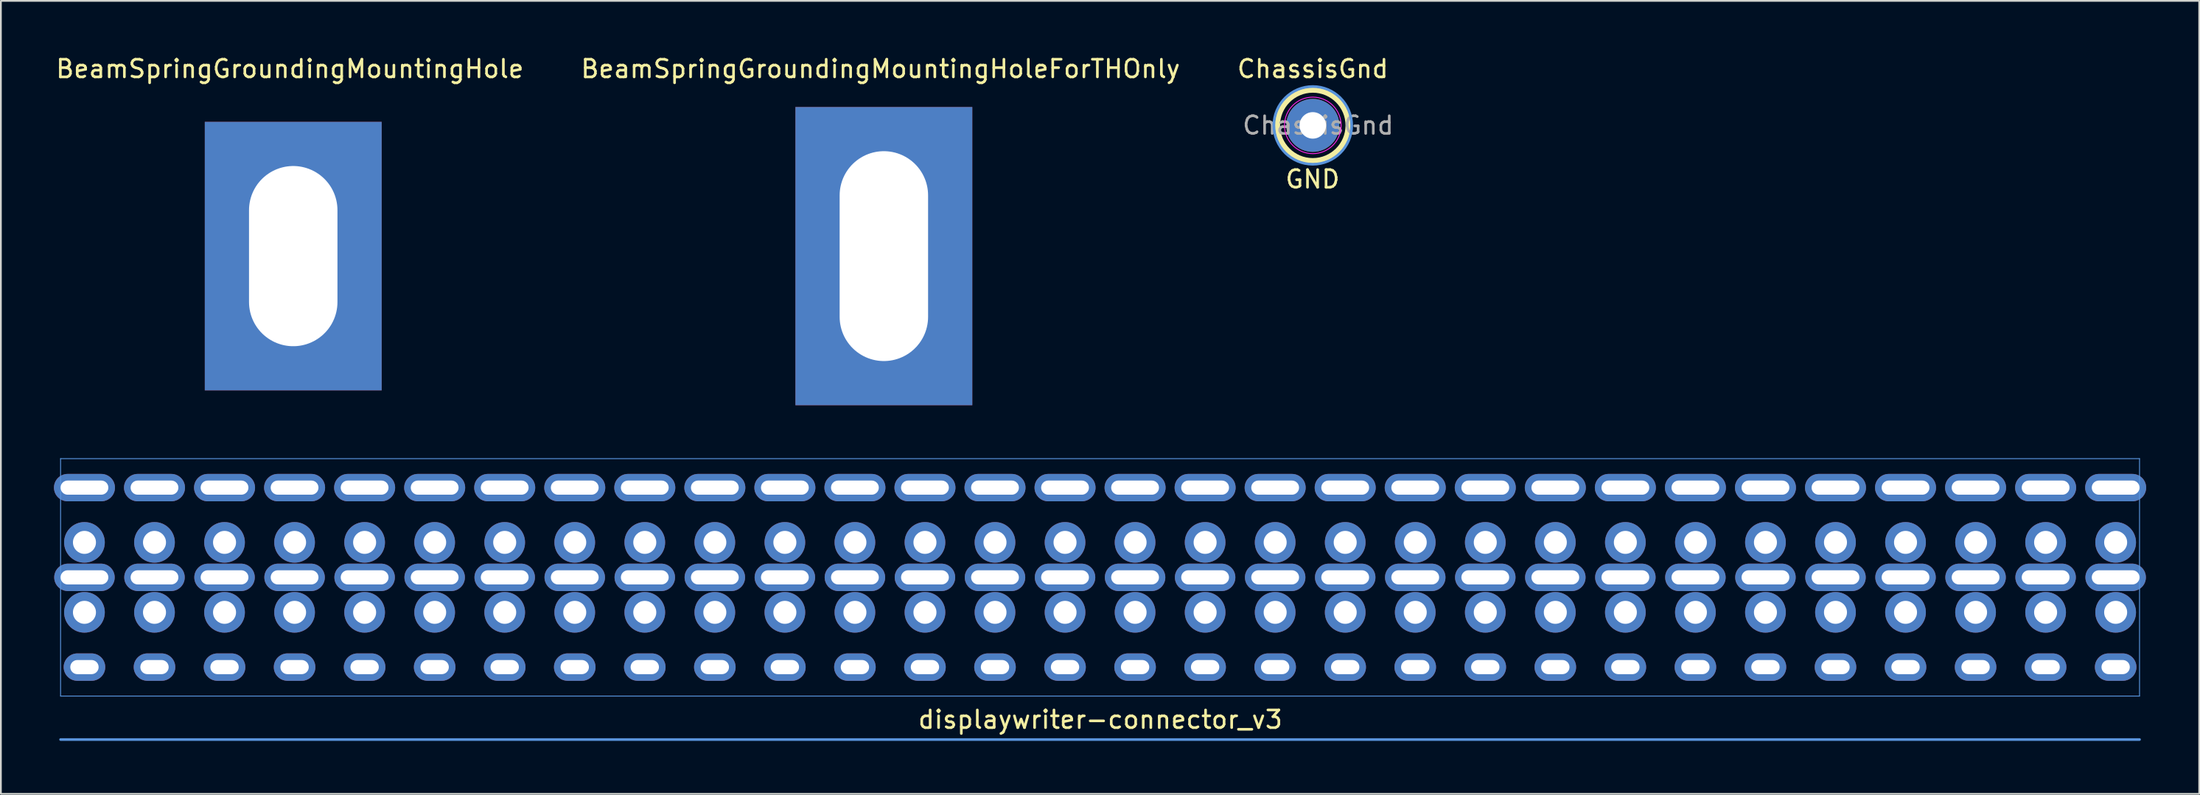
<source format=kicad_pcb>
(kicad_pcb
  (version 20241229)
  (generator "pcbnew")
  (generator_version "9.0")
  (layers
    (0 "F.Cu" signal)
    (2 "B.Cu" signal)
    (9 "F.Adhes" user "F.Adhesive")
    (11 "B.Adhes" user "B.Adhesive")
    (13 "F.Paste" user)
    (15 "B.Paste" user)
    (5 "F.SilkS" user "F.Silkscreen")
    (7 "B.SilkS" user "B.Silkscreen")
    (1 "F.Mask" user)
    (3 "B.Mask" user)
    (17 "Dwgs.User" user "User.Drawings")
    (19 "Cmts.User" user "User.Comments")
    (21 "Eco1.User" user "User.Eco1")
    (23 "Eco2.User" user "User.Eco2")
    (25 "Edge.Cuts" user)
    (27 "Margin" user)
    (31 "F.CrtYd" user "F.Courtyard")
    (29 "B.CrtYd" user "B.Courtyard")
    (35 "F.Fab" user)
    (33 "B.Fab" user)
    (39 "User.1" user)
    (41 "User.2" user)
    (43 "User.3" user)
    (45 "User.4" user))
  (footprint "displaywriter-connector_v3"
    (layer "F.Cu")
    (at 59.145 32.083)
    (property "Reference" "displaywriter-connector_v3" (at 0.013 5.6 180) (layer "F.SilkS") (effects (font (size 1 1) (thickness 0.15))))
    (attr through_hole)
    (fp_line (start -58.77 -9.17) (end -58.77 4.27) (stroke (width 0.05) (type solid)) (layer "Cmts.User"))
    (fp_line (start -58.77 4.27) (end 58.77 4.27) (stroke (width 0.05) (type solid)) (layer "Cmts.User"))
    (fp_line (start -58.77 6.73) (end 58.77 6.73) (stroke (width 0.15) (type solid)) (layer "Cmts.User"))
    (fp_line (start 58.77 -9.17) (end -58.77 -9.17) (stroke (width 0.05) (type solid)) (layer "Cmts.User"))
    (fp_line (start 58.77 4.27) (end 58.77 -9.17) (stroke (width 0.05) (type solid)) (layer "Cmts.User"))
    (pad "1" thru_hole oval (at -57.42 -7.53) (size 3.45 1.55) (drill oval 2.7 0.8) (layers "*.Cu" "*.Mask"))
    (pad "1" thru_hole circle (at -57.42 -4.43) (size 2.3 2.3) (drill 1.3) (layers "*.Cu" "*.Mask"))
    (pad "1" thru_hole oval (at -57.42 -2.45) (size 3.42 1.55) (drill oval 2.7 0.8) (layers "*.Cu" "*.Mask"))
    (pad "1" thru_hole circle (at -57.42 -0.47) (size 2.3 2.3) (drill 1.3) (layers "*.Cu" "*.Mask"))
    (pad "1" thru_hole oval (at -57.42 2.63) (size 2.35 1.55) (drill oval 1.6 0.8) (layers "*.Cu" "*.Mask"))
    (pad "2" thru_hole oval (at -53.46 -7.53) (size 3.45 1.55) (drill oval 2.7 0.8) (layers "*.Cu" "*.Mask"))
    (pad "2" thru_hole circle (at -53.46 -4.43) (size 2.3 2.3) (drill 1.3) (layers "*.Cu" "*.Mask"))
    (pad "2" thru_hole oval (at -53.46 -2.45) (size 3.42 1.55) (drill oval 2.7 0.8) (layers "*.Cu" "*.Mask"))
    (pad "2" thru_hole circle (at -53.46 -0.47) (size 2.3 2.3) (drill 1.3) (layers "*.Cu" "*.Mask"))
    (pad "2" thru_hole oval (at -53.46 2.63) (size 2.35 1.55) (drill oval 1.6 0.8) (layers "*.Cu" "*.Mask"))
    (pad "3" thru_hole oval (at -49.5 -7.53) (size 3.45 1.55) (drill oval 2.7 0.8) (layers "*.Cu" "*.Mask"))
    (pad "3" thru_hole circle (at -49.5 -4.43) (size 2.3 2.3) (drill 1.3) (layers "*.Cu" "*.Mask"))
    (pad "3" thru_hole oval (at -49.5 -2.45) (size 3.42 1.55) (drill oval 2.7 0.8) (layers "*.Cu" "*.Mask"))
    (pad "3" thru_hole circle (at -49.5 -0.47) (size 2.3 2.3) (drill 1.3) (layers "*.Cu" "*.Mask"))
    (pad "3" thru_hole oval (at -49.5 2.63) (size 2.35 1.55) (drill oval 1.6 0.8) (layers "*.Cu" "*.Mask"))
    (pad "4" thru_hole oval (at -45.54 -7.53) (size 3.45 1.55) (drill oval 2.7 0.8) (layers "*.Cu" "*.Mask"))
    (pad "4" thru_hole circle (at -45.54 -4.43) (size 2.3 2.3) (drill 1.3) (layers "*.Cu" "*.Mask"))
    (pad "4" thru_hole oval (at -45.54 -2.45) (size 3.42 1.55) (drill oval 2.7 0.8) (layers "*.Cu" "*.Mask"))
    (pad "4" thru_hole circle (at -45.54 -0.47) (size 2.3 2.3) (drill 1.3) (layers "*.Cu" "*.Mask"))
    (pad "4" thru_hole oval (at -45.54 2.63) (size 2.35 1.55) (drill oval 1.6 0.8) (layers "*.Cu" "*.Mask"))
    (pad "5" thru_hole oval (at -41.58 -7.53) (size 3.45 1.55) (drill oval 2.7 0.8) (layers "*.Cu" "*.Mask"))
    (pad "5" thru_hole circle (at -41.58 -4.43) (size 2.3 2.3) (drill 1.3) (layers "*.Cu" "*.Mask"))
    (pad "5" thru_hole oval (at -41.58 -2.45) (size 3.42 1.55) (drill oval 2.7 0.8) (layers "*.Cu" "*.Mask"))
    (pad "5" thru_hole circle (at -41.58 -0.47) (size 2.3 2.3) (drill 1.3) (layers "*.Cu" "*.Mask"))
    (pad "5" thru_hole oval (at -41.58 2.63) (size 2.35 1.55) (drill oval 1.6 0.8) (layers "*.Cu" "*.Mask"))
    (pad "6" thru_hole oval (at -37.62 -7.53) (size 3.45 1.55) (drill oval 2.7 0.8) (layers "*.Cu" "*.Mask"))
    (pad "6" thru_hole circle (at -37.62 -4.43) (size 2.3 2.3) (drill 1.3) (layers "*.Cu" "*.Mask"))
    (pad "6" thru_hole oval (at -37.62 -2.45) (size 3.42 1.55) (drill oval 2.7 0.8) (layers "*.Cu" "*.Mask"))
    (pad "6" thru_hole circle (at -37.62 -0.47) (size 2.3 2.3) (drill 1.3) (layers "*.Cu" "*.Mask"))
    (pad "6" thru_hole oval (at -37.62 2.63) (size 2.35 1.55) (drill oval 1.6 0.8) (layers "*.Cu" "*.Mask"))
    (pad "7" thru_hole oval (at -33.66 -7.53) (size 3.45 1.55) (drill oval 2.7 0.8) (layers "*.Cu" "*.Mask"))
    (pad "7" thru_hole circle (at -33.66 -4.43) (size 2.3 2.3) (drill 1.3) (layers "*.Cu" "*.Mask"))
    (pad "7" thru_hole oval (at -33.66 -2.45) (size 3.42 1.55) (drill oval 2.7 0.8) (layers "*.Cu" "*.Mask"))
    (pad "7" thru_hole circle (at -33.66 -0.47) (size 2.3 2.3) (drill 1.3) (layers "*.Cu" "*.Mask"))
    (pad "7" thru_hole oval (at -33.66 2.63) (size 2.35 1.55) (drill oval 1.6 0.8) (layers "*.Cu" "*.Mask"))
    (pad "8" thru_hole oval (at -29.7 -7.53) (size 3.45 1.55) (drill oval 2.7 0.8) (layers "*.Cu" "*.Mask"))
    (pad "8" thru_hole circle (at -29.7 -4.43) (size 2.3 2.3) (drill 1.3) (layers "*.Cu" "*.Mask"))
    (pad "8" thru_hole oval (at -29.7 -2.45) (size 3.42 1.55) (drill oval 2.7 0.8) (layers "*.Cu" "*.Mask"))
    (pad "8" thru_hole circle (at -29.7 -0.47) (size 2.3 2.3) (drill 1.3) (layers "*.Cu" "*.Mask"))
    (pad "8" thru_hole oval (at -29.7 2.63) (size 2.35 1.55) (drill oval 1.6 0.8) (layers "*.Cu" "*.Mask"))
    (pad "9" thru_hole oval (at -25.74 -7.53) (size 3.45 1.55) (drill oval 2.7 0.8) (layers "*.Cu" "*.Mask"))
    (pad "9" thru_hole circle (at -25.74 -4.43) (size 2.3 2.3) (drill 1.3) (layers "*.Cu" "*.Mask"))
    (pad "9" thru_hole oval (at -25.74 -2.45) (size 3.42 1.55) (drill oval 2.7 0.8) (layers "*.Cu" "*.Mask"))
    (pad "9" thru_hole circle (at -25.74 -0.47) (size 2.3 2.3) (drill 1.3) (layers "*.Cu" "*.Mask"))
    (pad "9" thru_hole oval (at -25.74 2.63) (size 2.35 1.55) (drill oval 1.6 0.8) (layers "*.Cu" "*.Mask"))
    (pad "10" thru_hole oval (at -21.78 -7.53) (size 3.45 1.55) (drill oval 2.7 0.8) (layers "*.Cu" "*.Mask"))
    (pad "10" thru_hole circle (at -21.78 -4.43) (size 2.3 2.3) (drill 1.3) (layers "*.Cu" "*.Mask"))
    (pad "10" thru_hole oval (at -21.78 -2.45) (size 3.42 1.55) (drill oval 2.7 0.8) (layers "*.Cu" "*.Mask"))
    (pad "10" thru_hole circle (at -21.78 -0.47) (size 2.3 2.3) (drill 1.3) (layers "*.Cu" "*.Mask"))
    (pad "10" thru_hole oval (at -21.78 2.63) (size 2.35 1.55) (drill oval 1.6 0.8) (layers "*.Cu" "*.Mask"))
    (pad "11" thru_hole oval (at -17.82 -7.53) (size 3.45 1.55) (drill oval 2.7 0.8) (layers "*.Cu" "*.Mask"))
    (pad "11" thru_hole circle (at -17.82 -4.43) (size 2.3 2.3) (drill 1.3) (layers "*.Cu" "*.Mask"))
    (pad "11" thru_hole oval (at -17.82 -2.45) (size 3.42 1.55) (drill oval 2.7 0.8) (layers "*.Cu" "*.Mask"))
    (pad "11" thru_hole circle (at -17.82 -0.47) (size 2.3 2.3) (drill 1.3) (layers "*.Cu" "*.Mask"))
    (pad "11" thru_hole oval (at -17.82 2.63) (size 2.35 1.55) (drill oval 1.6 0.8) (layers "*.Cu" "*.Mask"))
    (pad "12" thru_hole oval (at -13.86 -7.53) (size 3.45 1.55) (drill oval 2.7 0.8) (layers "*.Cu" "*.Mask"))
    (pad "12" thru_hole circle (at -13.86 -4.43) (size 2.3 2.3) (drill 1.3) (layers "*.Cu" "*.Mask"))
    (pad "12" thru_hole oval (at -13.86 -2.45) (size 3.42 1.55) (drill oval 2.7 0.8) (layers "*.Cu" "*.Mask"))
    (pad "12" thru_hole circle (at -13.86 -0.47) (size 2.3 2.3) (drill 1.3) (layers "*.Cu" "*.Mask"))
    (pad "12" thru_hole oval (at -13.86 2.63) (size 2.35 1.55) (drill oval 1.6 0.8) (layers "*.Cu" "*.Mask"))
    (pad "13" thru_hole oval (at -9.9 -7.53) (size 3.45 1.55) (drill oval 2.7 0.8) (layers "*.Cu" "*.Mask"))
    (pad "13" thru_hole circle (at -9.9 -4.43) (size 2.3 2.3) (drill 1.3) (layers "*.Cu" "*.Mask"))
    (pad "13" thru_hole oval (at -9.9 -2.45) (size 3.42 1.55) (drill oval 2.7 0.8) (layers "*.Cu" "*.Mask"))
    (pad "13" thru_hole circle (at -9.9 -0.47) (size 2.3 2.3) (drill 1.3) (layers "*.Cu" "*.Mask"))
    (pad "13" thru_hole oval (at -9.9 2.63) (size 2.35 1.55) (drill oval 1.6 0.8) (layers "*.Cu" "*.Mask"))
    (pad "14" thru_hole oval (at -5.94 -7.53) (size 3.45 1.55) (drill oval 2.7 0.8) (layers "*.Cu" "*.Mask"))
    (pad "14" thru_hole circle (at -5.94 -4.43) (size 2.3 2.3) (drill 1.3) (layers "*.Cu" "*.Mask"))
    (pad "14" thru_hole oval (at -5.94 -2.45) (size 3.42 1.55) (drill oval 2.7 0.8) (layers "*.Cu" "*.Mask"))
    (pad "14" thru_hole circle (at -5.94 -0.47) (size 2.3 2.3) (drill 1.3) (layers "*.Cu" "*.Mask"))
    (pad "14" thru_hole oval (at -5.94 2.63) (size 2.35 1.55) (drill oval 1.6 0.8) (layers "*.Cu" "*.Mask"))
    (pad "15" thru_hole oval (at -1.98 -7.53) (size 3.45 1.55) (drill oval 2.7 0.8) (layers "*.Cu" "*.Mask"))
    (pad "15" thru_hole circle (at -1.98 -4.43) (size 2.3 2.3) (drill 1.3) (layers "*.Cu" "*.Mask"))
    (pad "15" thru_hole oval (at -1.98 -2.45) (size 3.42 1.55) (drill oval 2.7 0.8) (layers "*.Cu" "*.Mask"))
    (pad "15" thru_hole circle (at -1.98 -0.47) (size 2.3 2.3) (drill 1.3) (layers "*.Cu" "*.Mask"))
    (pad "15" thru_hole oval (at -1.98 2.63) (size 2.35 1.55) (drill oval 1.6 0.8) (layers "*.Cu" "*.Mask"))
    (pad "16" thru_hole oval (at 1.98 -7.53) (size 3.45 1.55) (drill oval 2.7 0.8) (layers "*.Cu" "*.Mask"))
    (pad "16" thru_hole circle (at 1.98 -4.43) (size 2.3 2.3) (drill 1.3) (layers "*.Cu" "*.Mask"))
    (pad "16" thru_hole oval (at 1.98 -2.45) (size 3.42 1.55) (drill oval 2.7 0.8) (layers "*.Cu" "*.Mask"))
    (pad "16" thru_hole circle (at 1.98 -0.47) (size 2.3 2.3) (drill 1.3) (layers "*.Cu" "*.Mask"))
    (pad "16" thru_hole oval (at 1.98 2.63) (size 2.35 1.55) (drill oval 1.6 0.8) (layers "*.Cu" "*.Mask"))
    (pad "17" thru_hole oval (at 5.94 -7.53) (size 3.45 1.55) (drill oval 2.7 0.8) (layers "*.Cu" "*.Mask"))
    (pad "17" thru_hole circle (at 5.94 -4.43) (size 2.3 2.3) (drill 1.3) (layers "*.Cu" "*.Mask"))
    (pad "17" thru_hole oval (at 5.94 -2.45) (size 3.42 1.55) (drill oval 2.7 0.8) (layers "*.Cu" "*.Mask"))
    (pad "17" thru_hole circle (at 5.94 -0.47) (size 2.3 2.3) (drill 1.3) (layers "*.Cu" "*.Mask"))
    (pad "17" thru_hole oval (at 5.94 2.63) (size 2.35 1.55) (drill oval 1.6 0.8) (layers "*.Cu" "*.Mask"))
    (pad "18" thru_hole oval (at 9.9 -7.53) (size 3.45 1.55) (drill oval 2.7 0.8) (layers "*.Cu" "*.Mask"))
    (pad "18" thru_hole circle (at 9.9 -4.43) (size 2.3 2.3) (drill 1.3) (layers "*.Cu" "*.Mask"))
    (pad "18" thru_hole oval (at 9.9 -2.45) (size 3.42 1.55) (drill oval 2.7 0.8) (layers "*.Cu" "*.Mask"))
    (pad "18" thru_hole circle (at 9.9 -0.47) (size 2.3 2.3) (drill 1.3) (layers "*.Cu" "*.Mask"))
    (pad "18" thru_hole oval (at 9.9 2.63) (size 2.35 1.55) (drill oval 1.6 0.8) (layers "*.Cu" "*.Mask"))
    (pad "19" thru_hole oval (at 13.86 -7.53) (size 3.45 1.55) (drill oval 2.7 0.8) (layers "*.Cu" "*.Mask"))
    (pad "19" thru_hole circle (at 13.86 -4.43) (size 2.3 2.3) (drill 1.3) (layers "*.Cu" "*.Mask"))
    (pad "19" thru_hole oval (at 13.86 -2.45) (size 3.42 1.55) (drill oval 2.7 0.8) (layers "*.Cu" "*.Mask"))
    (pad "19" thru_hole circle (at 13.86 -0.47) (size 2.3 2.3) (drill 1.3) (layers "*.Cu" "*.Mask"))
    (pad "19" thru_hole oval (at 13.86 2.63) (size 2.35 1.55) (drill oval 1.6 0.8) (layers "*.Cu" "*.Mask"))
    (pad "20" thru_hole oval (at 17.82 -7.53) (size 3.45 1.55) (drill oval 2.7 0.8) (layers "*.Cu" "*.Mask"))
    (pad "20" thru_hole circle (at 17.82 -4.43) (size 2.3 2.3) (drill 1.3) (layers "*.Cu" "*.Mask"))
    (pad "20" thru_hole oval (at 17.82 -2.45) (size 3.42 1.55) (drill oval 2.7 0.8) (layers "*.Cu" "*.Mask"))
    (pad "20" thru_hole circle (at 17.82 -0.47) (size 2.3 2.3) (drill 1.3) (layers "*.Cu" "*.Mask"))
    (pad "20" thru_hole oval (at 17.82 2.63) (size 2.35 1.55) (drill oval 1.6 0.8) (layers "*.Cu" "*.Mask"))
    (pad "21" thru_hole oval (at 21.78 -7.53) (size 3.45 1.55) (drill oval 2.7 0.8) (layers "*.Cu" "*.Mask"))
    (pad "21" thru_hole circle (at 21.78 -4.43) (size 2.3 2.3) (drill 1.3) (layers "*.Cu" "*.Mask"))
    (pad "21" thru_hole oval (at 21.78 -2.45) (size 3.42 1.55) (drill oval 2.7 0.8) (layers "*.Cu" "*.Mask"))
    (pad "21" thru_hole circle (at 21.78 -0.47) (size 2.3 2.3) (drill 1.3) (layers "*.Cu" "*.Mask"))
    (pad "21" thru_hole oval (at 21.78 2.63) (size 2.35 1.55) (drill oval 1.6 0.8) (layers "*.Cu" "*.Mask"))
    (pad "22" thru_hole oval (at 25.74 -7.53) (size 3.45 1.55) (drill oval 2.7 0.8) (layers "*.Cu" "*.Mask"))
    (pad "22" thru_hole circle (at 25.74 -4.43) (size 2.3 2.3) (drill 1.3) (layers "*.Cu" "*.Mask"))
    (pad "22" thru_hole oval (at 25.74 -2.45) (size 3.42 1.55) (drill oval 2.7 0.8) (layers "*.Cu" "*.Mask"))
    (pad "22" thru_hole circle (at 25.74 -0.47) (size 2.3 2.3) (drill 1.3) (layers "*.Cu" "*.Mask"))
    (pad "22" thru_hole oval (at 25.74 2.63) (size 2.35 1.55) (drill oval 1.6 0.8) (layers "*.Cu" "*.Mask"))
    (pad "23" thru_hole oval (at 29.7 -7.53) (size 3.45 1.55) (drill oval 2.7 0.8) (layers "*.Cu" "*.Mask"))
    (pad "23" thru_hole circle (at 29.7 -4.43) (size 2.3 2.3) (drill 1.3) (layers "*.Cu" "*.Mask"))
    (pad "23" thru_hole oval (at 29.7 -2.45) (size 3.42 1.55) (drill oval 2.7 0.8) (layers "*.Cu" "*.Mask"))
    (pad "23" thru_hole circle (at 29.7 -0.47) (size 2.3 2.3) (drill 1.3) (layers "*.Cu" "*.Mask"))
    (pad "23" thru_hole oval (at 29.7 2.63) (size 2.35 1.55) (drill oval 1.6 0.8) (layers "*.Cu" "*.Mask"))
    (pad "24" thru_hole oval (at 33.66 -7.53) (size 3.45 1.55) (drill oval 2.7 0.8) (layers "*.Cu" "*.Mask"))
    (pad "24" thru_hole circle (at 33.66 -4.43) (size 2.3 2.3) (drill 1.3) (layers "*.Cu" "*.Mask"))
    (pad "24" thru_hole oval (at 33.66 -2.45) (size 3.42 1.55) (drill oval 2.7 0.8) (layers "*.Cu" "*.Mask"))
    (pad "24" thru_hole circle (at 33.66 -0.47) (size 2.3 2.3) (drill 1.3) (layers "*.Cu" "*.Mask"))
    (pad "24" thru_hole oval (at 33.66 2.63) (size 2.35 1.55) (drill oval 1.6 0.8) (layers "*.Cu" "*.Mask"))
    (pad "25" thru_hole oval (at 37.62 -7.53) (size 3.45 1.55) (drill oval 2.7 0.8) (layers "*.Cu" "*.Mask"))
    (pad "25" thru_hole circle (at 37.62 -4.43) (size 2.3 2.3) (drill 1.3) (layers "*.Cu" "*.Mask"))
    (pad "25" thru_hole oval (at 37.62 -2.45) (size 3.42 1.55) (drill oval 2.7 0.8) (layers "*.Cu" "*.Mask"))
    (pad "25" thru_hole circle (at 37.62 -0.47) (size 2.3 2.3) (drill 1.3) (layers "*.Cu" "*.Mask"))
    (pad "25" thru_hole oval (at 37.62 2.63) (size 2.35 1.55) (drill oval 1.6 0.8) (layers "*.Cu" "*.Mask"))
    (pad "26" thru_hole oval (at 41.58 -7.53) (size 3.45 1.55) (drill oval 2.7 0.8) (layers "*.Cu" "*.Mask"))
    (pad "26" thru_hole circle (at 41.58 -4.43) (size 2.3 2.3) (drill 1.3) (layers "*.Cu" "*.Mask"))
    (pad "26" thru_hole oval (at 41.58 -2.45) (size 3.42 1.55) (drill oval 2.7 0.8) (layers "*.Cu" "*.Mask"))
    (pad "26" thru_hole circle (at 41.58 -0.47) (size 2.3 2.3) (drill 1.3) (layers "*.Cu" "*.Mask"))
    (pad "26" thru_hole oval (at 41.58 2.63) (size 2.35 1.55) (drill oval 1.6 0.8) (layers "*.Cu" "*.Mask"))
    (pad "27" thru_hole oval (at 45.54 -7.53) (size 3.45 1.55) (drill oval 2.7 0.8) (layers "*.Cu" "*.Mask"))
    (pad "27" thru_hole circle (at 45.54 -4.43) (size 2.3 2.3) (drill 1.3) (layers "*.Cu" "*.Mask"))
    (pad "27" thru_hole oval (at 45.54 -2.45) (size 3.42 1.55) (drill oval 2.7 0.8) (layers "*.Cu" "*.Mask"))
    (pad "27" thru_hole circle (at 45.54 -0.47) (size 2.3 2.3) (drill 1.3) (layers "*.Cu" "*.Mask"))
    (pad "27" thru_hole oval (at 45.54 2.63) (size 2.35 1.55) (drill oval 1.6 0.8) (layers "*.Cu" "*.Mask"))
    (pad "28" thru_hole oval (at 49.5 -7.53) (size 3.45 1.55) (drill oval 2.7 0.8) (layers "*.Cu" "*.Mask"))
    (pad "28" thru_hole circle (at 49.5 -4.43) (size 2.3 2.3) (drill 1.3) (layers "*.Cu" "*.Mask"))
    (pad "28" thru_hole oval (at 49.5 -2.45) (size 3.42 1.55) (drill oval 2.7 0.8) (layers "*.Cu" "*.Mask"))
    (pad "28" thru_hole circle (at 49.5 -0.47) (size 2.3 2.3) (drill 1.3) (layers "*.Cu" "*.Mask"))
    (pad "28" thru_hole oval (at 49.5 2.63) (size 2.35 1.55) (drill oval 1.6 0.8) (layers "*.Cu" "*.Mask"))
    (pad "29" thru_hole oval (at 53.46 -7.53) (size 3.45 1.55) (drill oval 2.7 0.8) (layers "*.Cu" "*.Mask"))
    (pad "29" thru_hole circle (at 53.46 -4.43) (size 2.3 2.3) (drill 1.3) (layers "*.Cu" "*.Mask"))
    (pad "29" thru_hole oval (at 53.46 -2.45) (size 3.42 1.55) (drill oval 2.7 0.8) (layers "*.Cu" "*.Mask"))
    (pad "29" thru_hole circle (at 53.46 -0.47) (size 2.3 2.3) (drill 1.3) (layers "*.Cu" "*.Mask"))
    (pad "29" thru_hole oval (at 53.46 2.63) (size 2.35 1.55) (drill oval 1.6 0.8) (layers "*.Cu" "*.Mask"))
    (pad "30" thru_hole oval (at 57.42 -7.53) (size 3.45 1.55) (drill oval 2.7 0.8) (layers "*.Cu" "*.Mask"))
    (pad "30" thru_hole circle (at 57.42 -4.43) (size 2.3 2.3) (drill 1.3) (layers "*.Cu" "*.Mask"))
    (pad "30" thru_hole oval (at 57.42 -2.45) (size 3.42 1.55) (drill oval 2.7 0.8) (layers "*.Cu" "*.Mask"))
    (pad "30" thru_hole circle (at 57.42 -0.47) (size 2.3 2.3) (drill 1.3) (layers "*.Cu" "*.Mask"))
    (pad "30" thru_hole oval (at 57.42 2.63) (size 2.35 1.55) (drill oval 1.6 0.8) (layers "*.Cu" "*.Mask")))
  (footprint "BeamSpringGroundingMountingHoleForTHOnly"
    (layer "F.Cu")
    (at 46.922 11.448)
    (property "Reference" "BeamSpringGroundingMountingHoleForTHOnly" (at -0.19 -10.6 0) (layer "F.SilkS") (effects (font (size 1 1) (thickness 0.15))))
    (attr through_hole)
    (pad "1" thru_hole rect (at 0 0) (size 10 16.88) (drill oval 5 11.88) (layers "*.Cu" "*.Mask")))
  (footprint "BeamSpringGroundingMountingHole"
    (layer "F.Cu")
    (at 13.529 11.448)
    (property "Reference" "BeamSpringGroundingMountingHole" (at -0.19 -10.6 0) (layer "F.SilkS") (effects (font (size 1 1) (thickness 0.15))))
    (attr through_hole)
    (pad "1" thru_hole rect (at 0 0) (size 10 15.2) (drill oval 5 10.2) (layers "*.Cu" "*.Mask")))
  (footprint "ChassisGnd"
    (layer "F.Cu")
    (at 71.173 4.048)
    (property "Reference" "ChassisGnd" (at 0 -3.2 0) (layer "F.SilkS") (effects (font (size 1 1) (thickness 0.15))))
    (attr exclude_from_pos_files exclude_from_bom)
    (fp_circle (center 0 0) (end 2 0) (stroke (width 0.3) (type solid)) (fill no) (layer "F.SilkS"))
    (fp_circle (center 0 0) (end 2.2 0) (stroke (width 0.15) (type solid)) (fill no) (layer "Cmts.User"))
    (fp_circle (center 0 0) (end 1.6 0) (stroke (width 0.05) (type solid)) (fill no) (layer "F.CrtYd"))
    (fp_text user "GND" (at -0.013 3.048 0) (layer "F.SilkS") (effects (font (size 1 1) (thickness 0.15))))
    (fp_text user "${REFERENCE}" (at 0.3 0 0) (layer "F.Fab") (effects (font (size 1 1) (thickness 0.15))))
    (pad "1" thru_hole circle (at 0 0) (size 3 3) (drill 1.5) (layers "*.Cu" "*.Mask")))
  (gr_rect
    (start -3 -3)
    (end 121.29 41.888)
    (stroke (width 0.1) (type default))
    (fill no)
    (layer "Edge.Cuts")))
</source>
